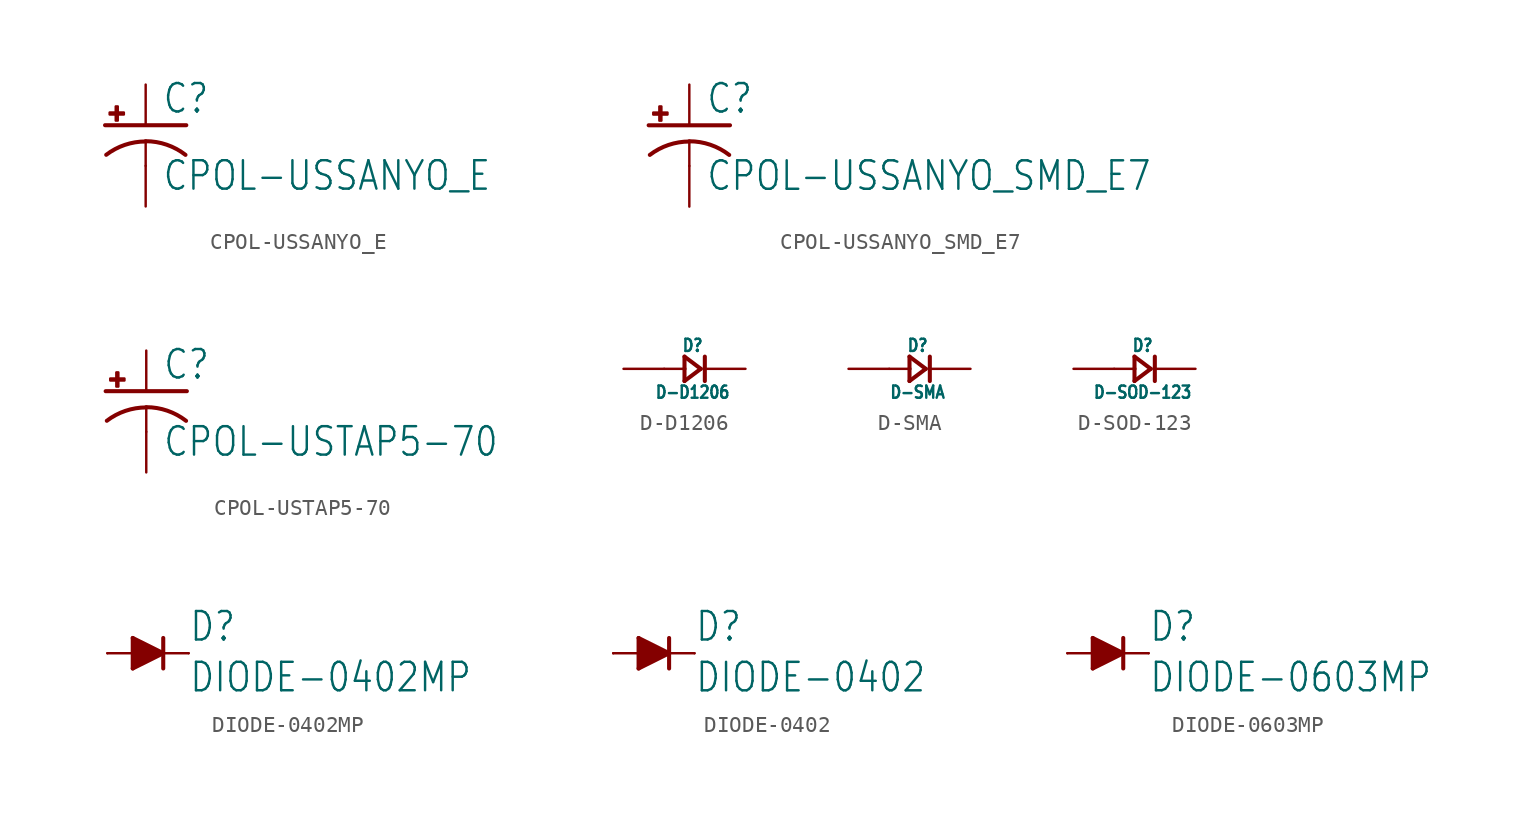
<source format=kicad_sym>
(kicad_symbol_lib
  (version 20211014)
  (generator kicad_symbol_editor)
  (symbol "CPOL-USSANYO_E"
    (property "Reference" "C"
      (at 1.016 0.635 0)
      (effects (font (size 1.778 1.511)) (justify left bottom)))
    (property "Value" "CPOL-USSANYO_E"
      (at 1.016 -4.191 0)
      (effects (font (size 1.778 1.511)) (justify left bottom)))
    (property "ki_locked" ""
      (at 0 0 0)
      (effects (font (size 1.27 1.27))))
    (symbol "CPOL-USSANYO_E_1_0"
      (rectangle (start -2.253 0.668) (end -1.364 0.795) (stroke (width 0) (type default) (color 0 0 0 0)) (fill (type outline)))
      (rectangle (start -1.872 0.287) (end -1.745 1.176) (stroke (width 0) (type default) (color 0 0 0 0)) (fill (type outline)))
      (arc (start 0 -1.0161) (mid -1.3021 -1.2302) (end -2.4669 -1.8504) (stroke (width 0.254) (type default) (color 0 0 0 0)) (fill (type none)))
      (polyline (pts (xy -2.54 0) (xy 2.54 0)) (stroke (width 0.254) (type default) (color 0 0 0 0)) (fill (type none)))
      (polyline (pts (xy 0 -1.016) (xy 0 -2.54)) (stroke (width 0.152) (type default) (color 0 0 0 0)) (fill (type none)))
      (arc (start 2.4892 -1.8542) (mid 1.3158 -1.2195) (end 0 -1) (stroke (width 0.254) (type default) (color 0 0 0 0)) (fill (type none)))
      (pin passive line (at 0 2.54 270) (length 2.54) (name "+" (effects (font (size 0 0)))) (number "+" (effects (font (size 0 0)))))
      (pin passive line (at 0 -5.08 90) (length 2.54) (name "-" (effects (font (size 0 0)))) (number "-" (effects (font (size 0 0)))))))
  (symbol "CPOL-USSANYO_SMD_E7"
    (property "Reference" "C"
      (at 1.016 0.635 0)
      (effects (font (size 1.778 1.511)) (justify left bottom)))
    (property "Value" "CPOL-USSANYO_SMD_E7"
      (at 1.016 -4.191 0)
      (effects (font (size 1.778 1.511)) (justify left bottom)))
    (property "ki_locked" ""
      (at 0 0 0)
      (effects (font (size 1.27 1.27))))
    (symbol "CPOL-USSANYO_SMD_E7_1_0"
      (rectangle (start -2.253 0.668) (end -1.364 0.795) (stroke (width 0) (type default) (color 0 0 0 0)) (fill (type outline)))
      (rectangle (start -1.872 0.287) (end -1.745 1.176) (stroke (width 0) (type default) (color 0 0 0 0)) (fill (type outline)))
      (arc (start 0 -1.0161) (mid -1.3021 -1.2302) (end -2.4669 -1.8504) (stroke (width 0.254) (type default) (color 0 0 0 0)) (fill (type none)))
      (polyline (pts (xy -2.54 0) (xy 2.54 0)) (stroke (width 0.254) (type default) (color 0 0 0 0)) (fill (type none)))
      (polyline (pts (xy 0 -1.016) (xy 0 -2.54)) (stroke (width 0.152) (type default) (color 0 0 0 0)) (fill (type none)))
      (arc (start 2.4892 -1.8542) (mid 1.3158 -1.2195) (end 0 -1) (stroke (width 0.254) (type default) (color 0 0 0 0)) (fill (type none)))
      (pin passive line (at 0 2.54 270) (length 2.54) (name "+" (effects (font (size 0 0)))) (number "+" (effects (font (size 0 0)))))
      (pin passive line (at 0 -5.08 90) (length 2.54) (name "-" (effects (font (size 0 0)))) (number "-" (effects (font (size 0 0)))))))
  (symbol "CPOL-USTAP5-70"
    (property "Reference" "C"
      (at 1.016 0.635 0)
      (effects (font (size 1.778 1.511)) (justify left bottom)))
    (property "Value" "CPOL-USTAP5-70"
      (at 1.016 -4.191 0)
      (effects (font (size 1.778 1.511)) (justify left bottom)))
    (property "ki_locked" ""
      (at 0 0 0)
      (effects (font (size 1.27 1.27))))
    (symbol "CPOL-USTAP5-70_1_0"
      (rectangle (start -2.253 0.668) (end -1.364 0.795) (stroke (width 0) (type default) (color 0 0 0 0)) (fill (type outline)))
      (rectangle (start -1.872 0.287) (end -1.745 1.176) (stroke (width 0) (type default) (color 0 0 0 0)) (fill (type outline)))
      (arc (start 0 -1.0161) (mid -1.3021 -1.2302) (end -2.4669 -1.8504) (stroke (width 0.254) (type default) (color 0 0 0 0)) (fill (type none)))
      (polyline (pts (xy -2.54 0) (xy 2.54 0)) (stroke (width 0.254) (type default) (color 0 0 0 0)) (fill (type none)))
      (polyline (pts (xy 0 -1.016) (xy 0 -2.54)) (stroke (width 0.152) (type default) (color 0 0 0 0)) (fill (type none)))
      (arc (start 2.4892 -1.8542) (mid 1.3158 -1.2195) (end 0 -1) (stroke (width 0.254) (type default) (color 0 0 0 0)) (fill (type none)))
      (pin passive line (at 0 2.54 270) (length 2.54) (name "+" (effects (font (size 0 0)))) (number "+" (effects (font (size 0 0)))))
      (pin passive line (at 0 -5.08 90) (length 2.54) (name "-" (effects (font (size 0 0)))) (number "-" (effects (font (size 0 0)))))))
  (symbol "D-D1206"
    (property "Reference" "D"
      (at 0.508 1.016 0)
      (effects (font (size 0.762 0.648)) (justify bottom)))
    (property "Value" "D-D1206"
      (at 0.508 -1.016 0)
      (effects (font (size 0.762 0.648)) (justify top)))
    (property "ki_locked" ""
      (at 0 0 0)
      (effects (font (size 1.27 1.27))))
    (symbol "D-D1206_1_0"
      (polyline (pts (xy -1.27 0) (xy 0 0)) (stroke (width 0.152) (type default) (color 0 0 0 0)) (fill (type none)))
      (polyline (pts (xy 0 -0.762) (xy 0 0)) (stroke (width 0.254) (type default) (color 0 0 0 0)) (fill (type none)))
      (polyline (pts (xy 0 -0.762) (xy 1.016 0)) (stroke (width 0.254) (type default) (color 0 0 0 0)) (fill (type none)))
      (polyline (pts (xy 0 0) (xy 0 0.762)) (stroke (width 0.254) (type default) (color 0 0 0 0)) (fill (type none)))
      (polyline (pts (xy 0 0.762) (xy 1.016 0)) (stroke (width 0.254) (type default) (color 0 0 0 0)) (fill (type none)))
      (polyline (pts (xy 1.27 0.762) (xy 1.27 -0.762)) (stroke (width 0.254) (type default) (color 0 0 0 0)) (fill (type none)))
      (pin passive line (at -3.81 0 0) (length 2.54) (name "+" (effects (font (size 0 0)))) (number "A" (effects (font (size 0 0)))))
      (pin passive line (at 3.81 0 180) (length 2.54) (name "-" (effects (font (size 0 0)))) (number "C" (effects (font (size 0 0)))))))
  (symbol "D-SMA"
    (property "Reference" "D"
      (at 0.508 1.016 0)
      (effects (font (size 0.762 0.648)) (justify bottom)))
    (property "Value" "D-SMA"
      (at 0.508 -1.016 0)
      (effects (font (size 0.762 0.648)) (justify top)))
    (property "ki_locked" ""
      (at 0 0 0)
      (effects (font (size 1.27 1.27))))
    (symbol "D-SMA_1_0"
      (polyline (pts (xy -1.27 0) (xy 0 0)) (stroke (width 0.152) (type default) (color 0 0 0 0)) (fill (type none)))
      (polyline (pts (xy 0 -0.762) (xy 0 0)) (stroke (width 0.254) (type default) (color 0 0 0 0)) (fill (type none)))
      (polyline (pts (xy 0 -0.762) (xy 1.016 0)) (stroke (width 0.254) (type default) (color 0 0 0 0)) (fill (type none)))
      (polyline (pts (xy 0 0) (xy 0 0.762)) (stroke (width 0.254) (type default) (color 0 0 0 0)) (fill (type none)))
      (polyline (pts (xy 0 0.762) (xy 1.016 0)) (stroke (width 0.254) (type default) (color 0 0 0 0)) (fill (type none)))
      (polyline (pts (xy 1.27 0.762) (xy 1.27 -0.762)) (stroke (width 0.254) (type default) (color 0 0 0 0)) (fill (type none)))
      (pin passive line (at -3.81 0 0) (length 2.54) (name "+" (effects (font (size 0 0)))) (number "1" (effects (font (size 0 0)))))
      (pin passive line (at 3.81 0 180) (length 2.54) (name "-" (effects (font (size 0 0)))) (number "2" (effects (font (size 0 0)))))))
  (symbol "D-SOD-123"
    (property "Reference" "D"
      (at 0.508 1.016 0)
      (effects (font (size 0.762 0.648)) (justify bottom)))
    (property "Value" "D-SOD-123"
      (at 0.508 -1.016 0)
      (effects (font (size 0.762 0.648)) (justify top)))
    (property "ki_locked" ""
      (at 0 0 0)
      (effects (font (size 1.27 1.27))))
    (symbol "D-SOD-123_1_0"
      (polyline (pts (xy -1.27 0) (xy 0 0)) (stroke (width 0.152) (type default) (color 0 0 0 0)) (fill (type none)))
      (polyline (pts (xy 0 -0.762) (xy 0 0)) (stroke (width 0.254) (type default) (color 0 0 0 0)) (fill (type none)))
      (polyline (pts (xy 0 -0.762) (xy 1.016 0)) (stroke (width 0.254) (type default) (color 0 0 0 0)) (fill (type none)))
      (polyline (pts (xy 0 0) (xy 0 0.762)) (stroke (width 0.254) (type default) (color 0 0 0 0)) (fill (type none)))
      (polyline (pts (xy 0 0.762) (xy 1.016 0)) (stroke (width 0.254) (type default) (color 0 0 0 0)) (fill (type none)))
      (polyline (pts (xy 1.27 0.762) (xy 1.27 -0.762)) (stroke (width 0.254) (type default) (color 0 0 0 0)) (fill (type none)))
      (pin passive line (at -3.81 0 0) (length 2.54) (name "+" (effects (font (size 0 0)))) (number "+" (effects (font (size 0 0)))))
      (pin passive line (at 3.81 0 180) (length 2.54) (name "-" (effects (font (size 0 0)))) (number "-" (effects (font (size 0 0)))))))
  (symbol "DIODE-0402MP"
    (property "Reference" "D"
      (at 2.54 0.635 0)
      (effects (font (size 1.778 1.511)) (justify left bottom)))
    (property "Value" "DIODE-0402MP"
      (at 2.54 -2.54 0)
      (effects (font (size 1.778 1.511)) (justify left bottom)))
    (property "ki_locked" ""
      (at 0 0 0)
      (effects (font (size 1.27 1.27))))
    (symbol "DIODE-0402MP_1_0"
      (polyline (pts (xy -0.953 -0.953) (xy 0.953 0)) (stroke (width 0.254) (type default) (color 0 0 0 0)) (fill (type none)))
      (polyline (pts (xy -0.953 0) (xy -2.54 0)) (stroke (width 0.152) (type default) (color 0 0 0 0)) (fill (type none)))
      (polyline (pts (xy -0.953 0) (xy -0.953 -0.953)) (stroke (width 0.254) (type default) (color 0 0 0 0)) (fill (type none)))
      (polyline (pts (xy -0.953 0.953) (xy -0.953 0)) (stroke (width 0.254) (type default) (color 0 0 0 0)) (fill (type none)))
      (polyline (pts (xy 0.953 0) (xy -0.953 0.953)) (stroke (width 0.254) (type default) (color 0 0 0 0)) (fill (type none)))
      (polyline (pts (xy 0.953 0) (xy 0.953 -0.953)) (stroke (width 0.254) (type default) (color 0 0 0 0)) (fill (type none)))
      (polyline (pts (xy 0.953 0) (xy 2.54 0)) (stroke (width 0.152) (type default) (color 0 0 0 0)) (fill (type none)))
      (polyline (pts (xy 0.953 0.953) (xy 0.953 0)) (stroke (width 0.254) (type default) (color 0 0 0 0)) (fill (type none)))
      (polyline (pts (xy -0.953 0.953) (xy 0.953 0) (xy -0.953 -0.953)) (stroke (width 0) (type default) (color 0 0 0 0)) (fill (type outline)))
      (pin passive line (at -2.54 0 0) (length 0) (name "A" (effects (font (size 0 0)))) (number "A" (effects (font (size 0 0)))))
      (pin passive line (at 2.54 0 180) (length 0) (name "C" (effects (font (size 0 0)))) (number "C" (effects (font (size 0 0)))))))
  (symbol "DIODE-0402"
    (property "Reference" "D"
      (at 2.54 0.635 0)
      (effects (font (size 1.778 1.511)) (justify left bottom)))
    (property "Value" "DIODE-0402"
      (at 2.54 -2.54 0)
      (effects (font (size 1.778 1.511)) (justify left bottom)))
    (property "ki_locked" ""
      (at 0 0 0)
      (effects (font (size 1.27 1.27))))
    (symbol "DIODE-0402_1_0"
      (polyline (pts (xy -0.953 -0.953) (xy 0.953 0)) (stroke (width 0.254) (type default) (color 0 0 0 0)) (fill (type none)))
      (polyline (pts (xy -0.953 0) (xy -2.54 0)) (stroke (width 0.152) (type default) (color 0 0 0 0)) (fill (type none)))
      (polyline (pts (xy -0.953 0) (xy -0.953 -0.953)) (stroke (width 0.254) (type default) (color 0 0 0 0)) (fill (type none)))
      (polyline (pts (xy -0.953 0.953) (xy -0.953 0)) (stroke (width 0.254) (type default) (color 0 0 0 0)) (fill (type none)))
      (polyline (pts (xy 0.953 0) (xy -0.953 0.953)) (stroke (width 0.254) (type default) (color 0 0 0 0)) (fill (type none)))
      (polyline (pts (xy 0.953 0) (xy 0.953 -0.953)) (stroke (width 0.254) (type default) (color 0 0 0 0)) (fill (type none)))
      (polyline (pts (xy 0.953 0) (xy 2.54 0)) (stroke (width 0.152) (type default) (color 0 0 0 0)) (fill (type none)))
      (polyline (pts (xy 0.953 0.953) (xy 0.953 0)) (stroke (width 0.254) (type default) (color 0 0 0 0)) (fill (type none)))
      (polyline (pts (xy -0.953 0.953) (xy 0.953 0) (xy -0.953 -0.953)) (stroke (width 0) (type default) (color 0 0 0 0)) (fill (type outline)))
      (pin passive line (at -2.54 0 0) (length 0) (name "A" (effects (font (size 0 0)))) (number "A" (effects (font (size 0 0)))))
      (pin passive line (at 2.54 0 180) (length 0) (name "C" (effects (font (size 0 0)))) (number "C" (effects (font (size 0 0)))))))
  (symbol "DIODE-0603MP"
    (property "Reference" "D"
      (at 2.54 0.635 0)
      (effects (font (size 1.778 1.511)) (justify left bottom)))
    (property "Value" "DIODE-0603MP"
      (at 2.54 -2.54 0)
      (effects (font (size 1.778 1.511)) (justify left bottom)))
    (property "ki_locked" ""
      (at 0 0 0)
      (effects (font (size 1.27 1.27))))
    (symbol "DIODE-0603MP_1_0"
      (polyline (pts (xy -0.953 -0.953) (xy 0.953 0)) (stroke (width 0.254) (type default) (color 0 0 0 0)) (fill (type none)))
      (polyline (pts (xy -0.953 0) (xy -2.54 0)) (stroke (width 0.152) (type default) (color 0 0 0 0)) (fill (type none)))
      (polyline (pts (xy -0.953 0) (xy -0.953 -0.953)) (stroke (width 0.254) (type default) (color 0 0 0 0)) (fill (type none)))
      (polyline (pts (xy -0.953 0.953) (xy -0.953 0)) (stroke (width 0.254) (type default) (color 0 0 0 0)) (fill (type none)))
      (polyline (pts (xy 0.953 0) (xy -0.953 0.953)) (stroke (width 0.254) (type default) (color 0 0 0 0)) (fill (type none)))
      (polyline (pts (xy 0.953 0) (xy 0.953 -0.953)) (stroke (width 0.254) (type default) (color 0 0 0 0)) (fill (type none)))
      (polyline (pts (xy 0.953 0) (xy 2.54 0)) (stroke (width 0.152) (type default) (color 0 0 0 0)) (fill (type none)))
      (polyline (pts (xy 0.953 0.953) (xy 0.953 0)) (stroke (width 0.254) (type default) (color 0 0 0 0)) (fill (type none)))
      (polyline (pts (xy -0.953 0.953) (xy 0.953 0) (xy -0.953 -0.953)) (stroke (width 0) (type default) (color 0 0 0 0)) (fill (type outline)))
      (pin passive line (at -2.54 0 0) (length 0) (name "A" (effects (font (size 0 0)))) (number "A" (effects (font (size 0 0)))))
      (pin passive line (at 2.54 0 180) (length 0) (name "C" (effects (font (size 0 0)))) (number "C" (effects (font (size 0 0))))))))
</source>
